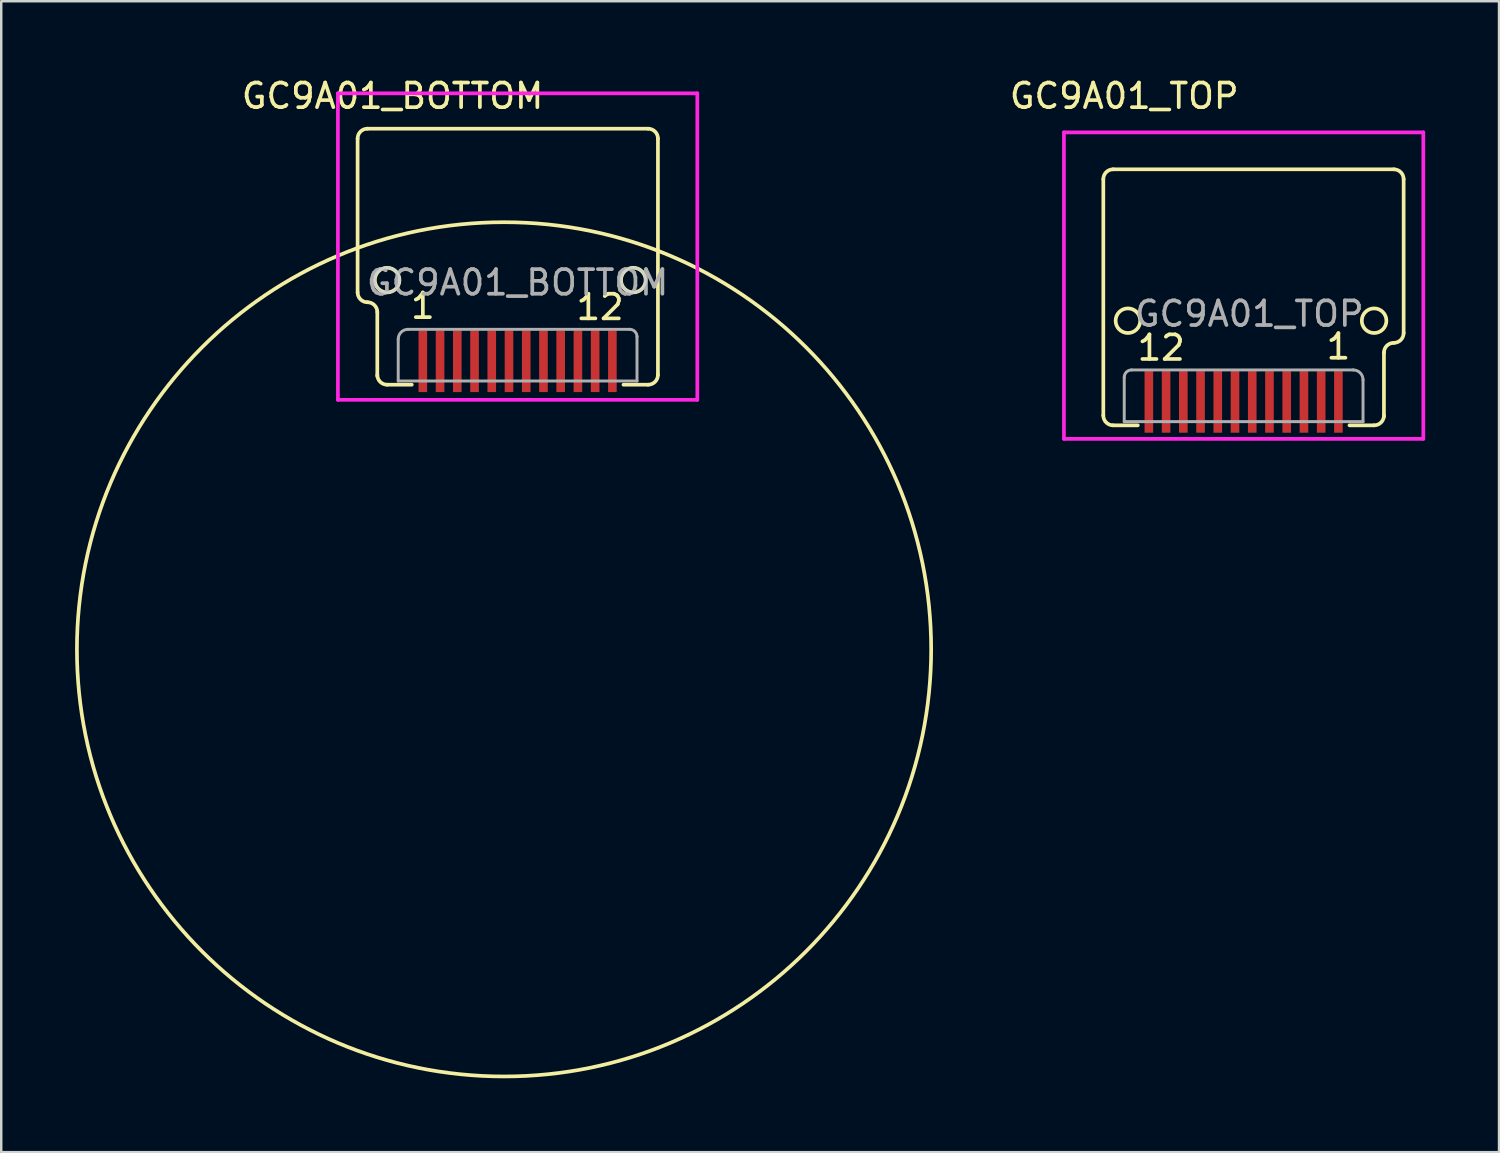
<source format=kicad_pcb>
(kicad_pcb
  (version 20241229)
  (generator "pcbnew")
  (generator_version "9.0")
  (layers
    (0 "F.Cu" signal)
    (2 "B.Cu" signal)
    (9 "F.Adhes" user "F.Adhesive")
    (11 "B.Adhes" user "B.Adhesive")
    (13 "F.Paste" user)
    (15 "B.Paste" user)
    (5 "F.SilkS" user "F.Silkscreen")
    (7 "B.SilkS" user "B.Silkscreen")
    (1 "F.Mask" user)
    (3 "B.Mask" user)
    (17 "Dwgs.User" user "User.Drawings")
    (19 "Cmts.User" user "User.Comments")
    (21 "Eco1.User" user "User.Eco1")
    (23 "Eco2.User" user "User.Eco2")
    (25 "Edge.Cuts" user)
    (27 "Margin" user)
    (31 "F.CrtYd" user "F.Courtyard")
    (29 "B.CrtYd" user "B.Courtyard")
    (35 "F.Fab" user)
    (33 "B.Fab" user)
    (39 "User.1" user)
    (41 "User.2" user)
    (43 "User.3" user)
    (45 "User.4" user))
  (footprint "GC9A01_TOP"
    (layer "F.Cu")
    (at 47.7 7.198)
    (property "Reference" "GC9A01_TOP" (at -5.08 -6.35 0) (unlocked yes) (layer "F.SilkS") (effects (font (size 1 1) (thickness 0.15))))
    (attr smd)
    (fp_line (start -5.93 -2.97) (end -5.93 6.63) (stroke (width 0.15) (type solid)) (layer "F.SilkS"))
    (fp_line (start -5.53 7.03) (end -4.53 7.03) (stroke (width 0.15) (type solid)) (layer "F.SilkS"))
    (fp_line (start 4.07 7.03) (end 5.07 7.03) (stroke (width 0.15) (type solid)) (layer "F.SilkS"))
    (fp_line (start 5.47 4.08) (end 5.47 6.68) (stroke (width 0.15) (type solid)) (layer "F.SilkS"))
    (fp_line (start 5.87 -3.37) (end -5.53 -3.37) (stroke (width 0.15) (type solid)) (layer "F.SilkS"))
    (fp_line (start 6.27 -2.97) (end 6.27 3.28) (stroke (width 0.15) (type solid)) (layer "F.SilkS"))
    (fp_arc (start -5.93 -2.97) (mid -5.812843 -3.252843) (end -5.53 -3.37) (stroke (width 0.15) (type solid)) (layer "F.SilkS"))
    (fp_arc (start -5.53 7.03) (mid -5.812843 6.912843) (end -5.93 6.63) (stroke (width 0.15) (type solid)) (layer "F.SilkS"))
    (fp_arc (start 5.47 4.08) (mid 5.587157 3.797157) (end 5.87 3.68) (stroke (width 0.15) (type solid)) (layer "F.SilkS"))
    (fp_arc (start 5.47 6.63) (mid 5.352843 6.912843) (end 5.07 7.03) (stroke (width 0.15) (type solid)) (layer "F.SilkS"))
    (fp_arc (start 5.87 -3.37) (mid 6.152843 -3.252843) (end 6.27 -2.97) (stroke (width 0.15) (type solid)) (layer "F.SilkS"))
    (fp_arc (start 6.27 3.28) (mid 6.152843 3.562843) (end 5.87 3.68) (stroke (width 0.15) (type solid)) (layer "F.SilkS"))
    (fp_circle (center -4.93 2.78) (end -4.43 2.78) (stroke (width 0.15) (type solid)) (fill no) (layer "F.SilkS"))
    (fp_circle (center 5.07 2.78) (end 5.57 2.78) (stroke (width 0.15) (type solid)) (fill no) (layer "F.SilkS"))
    (fp_line (start -7.53 -4.87) (end -7.53 7.58) (stroke (width 0.15) (type solid)) (layer "F.CrtYd"))
    (fp_line (start -7.53 7.58) (end 7.07 7.58) (stroke (width 0.15) (type solid)) (layer "F.CrtYd"))
    (fp_line (start 7.07 -4.87) (end -7.53 -4.87) (stroke (width 0.15) (type solid)) (layer "F.CrtYd"))
    (fp_line (start 7.07 7.58) (end 7.07 -4.87) (stroke (width 0.15) (type solid)) (layer "F.CrtYd"))
    (fp_line (start -5.08 6.88) (end -5.08 5.08) (stroke (width 0.12) (type solid)) (layer "F.Fab"))
    (fp_line (start -5.08 6.88) (end 4.62 6.88) (stroke (width 0.12) (type solid)) (layer "F.Fab"))
    (fp_line (start -4.78 4.78) (end 4.22 4.78) (stroke (width 0.12) (type solid)) (layer "F.Fab"))
    (fp_line (start 4.62 6.88) (end 4.62 5.18) (stroke (width 0.12) (type solid)) (layer "F.Fab"))
    (fp_arc (start -5.08 5.08) (mid -4.992132 4.867868) (end -4.78 4.78) (stroke (width 0.12) (type solid)) (layer "F.Fab"))
    (fp_arc (start 4.22 4.78) (mid 4.502843 4.897157) (end 4.62 5.18) (stroke (width 0.12) (type solid)) (layer "F.Fab"))
    (fp_text user "1" (at 3.62 3.83 0) (layer "F.SilkS") (effects (font (size 1 1) (thickness 0.15))))
    (fp_text user "12" (at -3.58 3.88 0) (layer "F.SilkS") (effects (font (size 1 1) (thickness 0.15))))
    (fp_text user "${REFERENCE}" (at 0 2.5 0) (unlocked yes) (layer "F.Fab") (effects (font (size 1 1) (thickness 0.15))))
    (pad "1" smd rect (at 3.62 6.08) (size 0.35 2.5) (layers "F.Cu" "F.Mask" "F.Paste"))
    (pad "2" smd rect (at 2.92 6.08) (size 0.35 2.5) (layers "F.Cu" "F.Mask" "F.Paste"))
    (pad "3" smd rect (at 2.22 6.08) (size 0.35 2.5) (layers "F.Cu" "F.Mask" "F.Paste"))
    (pad "4" smd rect (at 1.52 6.08) (size 0.35 2.5) (layers "F.Cu" "F.Mask" "F.Paste"))
    (pad "5" smd rect (at 0.82 6.08) (size 0.35 2.5) (layers "F.Cu" "F.Mask" "F.Paste"))
    (pad "6" smd rect (at 0.12 6.08) (size 0.35 2.5) (layers "F.Cu" "F.Mask" "F.Paste"))
    (pad "7" smd rect (at -0.58 6.08) (size 0.35 2.5) (layers "F.Cu" "F.Mask" "F.Paste"))
    (pad "8" smd rect (at -1.28 6.08) (size 0.35 2.5) (layers "F.Cu" "F.Mask" "F.Paste"))
    (pad "9" smd rect (at -1.98 6.08) (size 0.35 2.5) (layers "F.Cu" "F.Mask" "F.Paste"))
    (pad "10" smd rect (at -2.68 6.08) (size 0.35 2.5) (layers "F.Cu" "F.Mask" "F.Paste"))
    (pad "11" smd rect (at -3.38 6.08) (size 0.35 2.5) (layers "F.Cu" "F.Mask" "F.Paste"))
    (pad "12" smd rect (at -4.08 6.08) (size 0.35 2.5) (layers "F.Cu" "F.Mask" "F.Paste")))
  (footprint "GC9A01_BOTTOM"
    (layer "F.Cu")
    (at 17.426 23.328)
    (property "Reference" "GC9A01_BOTTOM" (at -4.529 -22.48 0) (unlocked yes) (layer "F.SilkS") (effects (font (size 1 1) (thickness 0.15))))
    (attr smd)
    (fp_line (start -5.949 -20.75) (end -5.949 -14.5) (stroke (width 0.15) (type solid)) (layer "F.SilkS"))
    (fp_line (start -5.549 -21.15) (end 5.851 -21.15) (stroke (width 0.15) (type solid)) (layer "F.SilkS"))
    (fp_line (start -5.149 -13.7) (end -5.149 -11.1) (stroke (width 0.15) (type solid)) (layer "F.SilkS"))
    (fp_line (start -3.749 -10.75) (end -4.749 -10.75) (stroke (width 0.15) (type solid)) (layer "F.SilkS"))
    (fp_line (start 5.851 -10.75) (end 4.851 -10.75) (stroke (width 0.15) (type solid)) (layer "F.SilkS"))
    (fp_line (start 6.251 -20.75) (end 6.251 -11.15) (stroke (width 0.15) (type solid)) (layer "F.SilkS"))
    (fp_arc (start -5.948847 -20.75) (mid -5.83169 -21.032843) (end -5.548847 -21.15) (stroke (width 0.15) (type solid)) (layer "F.SilkS"))
    (fp_arc (start -5.548847 -14.1) (mid -5.83169 -14.217157) (end -5.948847 -14.5) (stroke (width 0.15) (type solid)) (layer "F.SilkS"))
    (fp_arc (start -5.548847 -14.1) (mid -5.266004 -13.982843) (end -5.148847 -13.7) (stroke (width 0.15) (type solid)) (layer "F.SilkS"))
    (fp_arc (start -4.748847 -10.75) (mid -5.03169 -10.867157) (end -5.148847 -11.15) (stroke (width 0.15) (type solid)) (layer "F.SilkS"))
    (fp_arc (start 5.851153 -21.15) (mid 6.133996 -21.032843) (end 6.251153 -20.75) (stroke (width 0.15) (type solid)) (layer "F.SilkS"))
    (fp_arc (start 6.251153 -11.15) (mid 6.133996 -10.867157) (end 5.851153 -10.75) (stroke (width 0.15) (type solid)) (layer "F.SilkS"))
    (fp_circle (center -4.749 -15) (end -5.249 -15) (stroke (width 0.15) (type solid)) (fill no) (layer "F.SilkS"))
    (fp_circle (center 0 0) (end 17.35 -0.2) (stroke (width 0.15) (type solid)) (fill no) (layer "F.SilkS"))
    (fp_circle (center 5.251 -15) (end 4.751 -15) (stroke (width 0.15) (type solid)) (fill no) (layer "F.SilkS"))
    (fp_circle (center -4.749 -15) (end -4.249 -14.9) (stroke (width 0.1) (type default)) (fill no) (layer "Edge.Cuts"))
    (fp_circle (center 5.251 -15) (end 5.751 -15) (stroke (width 0.1) (type default)) (fill no) (layer "Edge.Cuts"))
    (fp_line (start -6.749 -22.587) (end -6.749 -10.136) (stroke (width 0.15) (type solid)) (layer "F.CrtYd"))
    (fp_line (start -6.749 -10.136) (end 7.851 -10.136) (stroke (width 0.15) (type solid)) (layer "F.CrtYd"))
    (fp_line (start 7.851 -22.587) (end -6.749 -22.587) (stroke (width 0.15) (type solid)) (layer "F.CrtYd"))
    (fp_line (start 7.851 -10.136) (end 7.851 -22.587) (stroke (width 0.15) (type solid)) (layer "F.CrtYd"))
    (fp_line (start -4.299 -10.9) (end -4.299 -12.6) (stroke (width 0.12) (type solid)) (layer "F.Fab"))
    (fp_line (start 5.101 -13) (end -3.899 -13) (stroke (width 0.12) (type solid)) (layer "F.Fab"))
    (fp_line (start 5.401 -10.9) (end -4.299 -10.9) (stroke (width 0.12) (type solid)) (layer "F.Fab"))
    (fp_line (start 5.401 -10.9) (end 5.401 -12.7) (stroke (width 0.12) (type solid)) (layer "F.Fab"))
    (fp_arc (start -4.298847 -12.6) (mid -4.18169 -12.882843) (end -3.898847 -13) (stroke (width 0.12) (type solid)) (layer "F.Fab"))
    (fp_arc (start 5.101153 -13) (mid 5.313285 -12.912132) (end 5.401153 -12.7) (stroke (width 0.12) (type solid)) (layer "F.Fab"))
    (fp_text user "1" (at -3.299 -13.95 0) (layer "F.SilkS") (effects (font (size 1 1) (thickness 0.15))))
    (fp_text user "12" (at 3.901 -13.9 0) (layer "F.SilkS") (effects (font (size 1 1) (thickness 0.15))))
    (fp_text user "${REFERENCE}" (at 0.551 -14.9 0) (unlocked yes) (layer "F.Fab") (effects (font (size 1 1) (thickness 0.15))))
    (pad "1" smd rect (at -3.299 -11.7) (size 0.35 2.5) (layers "F.Cu" "F.Mask" "F.Paste"))
    (pad "2" smd rect (at -2.599 -11.7) (size 0.35 2.5) (layers "F.Cu" "F.Mask" "F.Paste"))
    (pad "3" smd rect (at -1.899 -11.7) (size 0.35 2.5) (layers "F.Cu" "F.Mask" "F.Paste"))
    (pad "4" smd rect (at -1.199 -11.7) (size 0.35 2.5) (layers "F.Cu" "F.Mask" "F.Paste"))
    (pad "5" smd rect (at -0.499 -11.7) (size 0.35 2.5) (layers "F.Cu" "F.Mask" "F.Paste"))
    (pad "6" smd rect (at 0.201 -11.7) (size 0.35 2.5) (layers "F.Cu" "F.Mask" "F.Paste"))
    (pad "7" smd rect (at 0.901 -11.7) (size 0.35 2.5) (layers "F.Cu" "F.Mask" "F.Paste"))
    (pad "8" smd rect (at 1.601 -11.7) (size 0.35 2.5) (layers "F.Cu" "F.Mask" "F.Paste"))
    (pad "9" smd rect (at 2.301 -11.7) (size 0.35 2.5) (layers "F.Cu" "F.Mask" "F.Paste"))
    (pad "10" smd rect (at 3.001 -11.7) (size 0.35 2.5) (layers "F.Cu" "F.Mask" "F.Paste"))
    (pad "11" smd rect (at 3.701 -11.7) (size 0.35 2.5) (layers "F.Cu" "F.Mask" "F.Paste"))
    (pad "12" smd rect (at 4.401 -11.7) (size 0.35 2.5) (layers "F.Cu" "F.Mask" "F.Paste")))
  (gr_rect
    (start -3 -3)
    (end 57.845 43.754)
    (stroke (width 0.1) (type default))
    (fill no)
    (layer "Edge.Cuts")))
</source>
